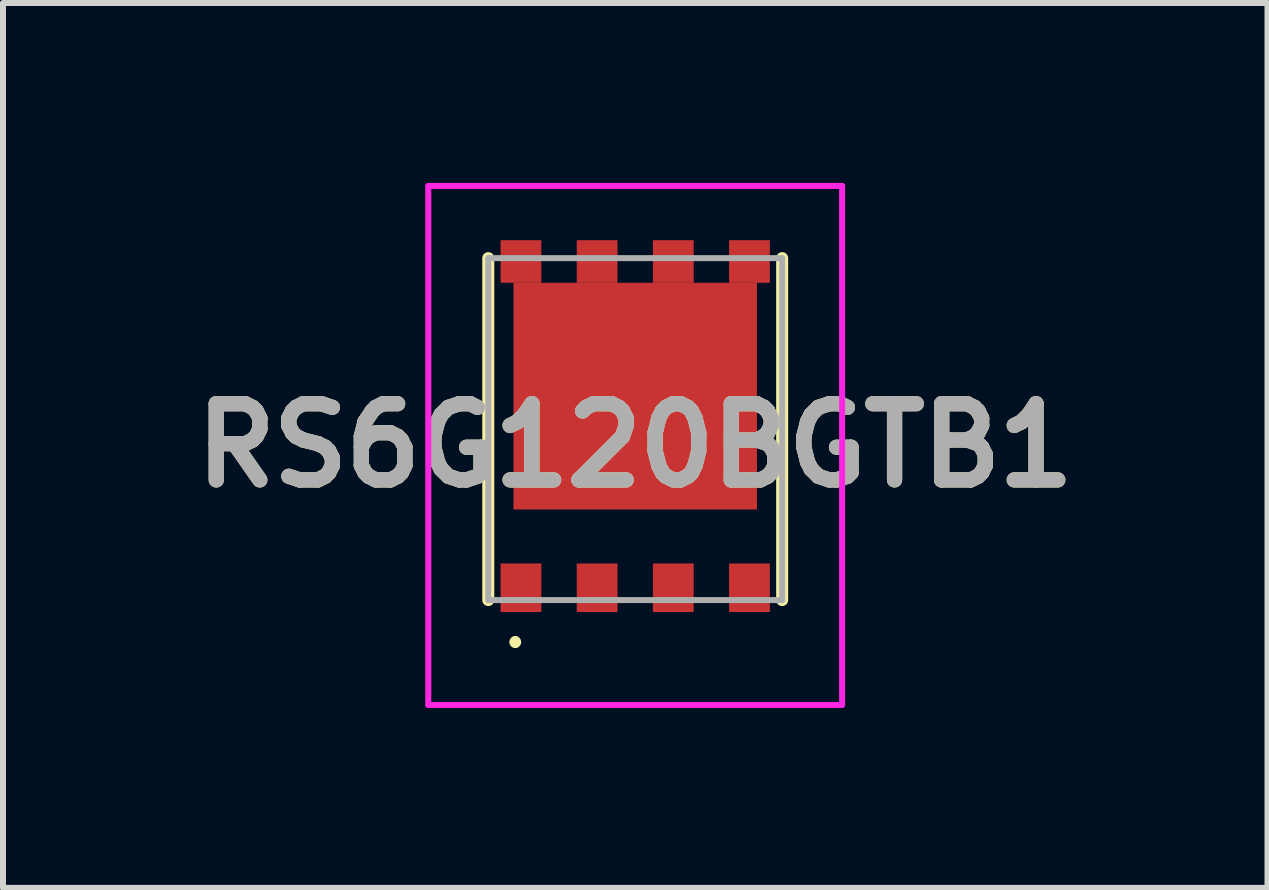
<source format=kicad_pcb>
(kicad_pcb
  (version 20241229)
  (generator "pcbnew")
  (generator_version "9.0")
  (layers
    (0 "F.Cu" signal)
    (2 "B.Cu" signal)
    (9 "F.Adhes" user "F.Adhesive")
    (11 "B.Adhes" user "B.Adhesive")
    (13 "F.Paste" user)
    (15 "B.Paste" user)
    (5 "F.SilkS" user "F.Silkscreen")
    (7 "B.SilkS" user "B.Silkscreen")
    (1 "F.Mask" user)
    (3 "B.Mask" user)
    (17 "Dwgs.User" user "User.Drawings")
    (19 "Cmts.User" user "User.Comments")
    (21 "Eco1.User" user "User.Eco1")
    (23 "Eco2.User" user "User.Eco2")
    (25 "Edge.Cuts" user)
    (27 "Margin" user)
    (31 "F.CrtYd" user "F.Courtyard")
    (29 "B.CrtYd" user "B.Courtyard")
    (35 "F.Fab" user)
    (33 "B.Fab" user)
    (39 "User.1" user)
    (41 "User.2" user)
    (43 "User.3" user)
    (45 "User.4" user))
  (footprint "RS6G120BGTB1"
    (layer "F.Cu")
    (at 7.541 4.377)
    (property "Reference" "RS6G120BGTB1" (at 0 0 0) (layer "F.SilkS") (effects (font (size 1.27 1.27) (thickness 0.254))))
    (attr smd)
    (fp_line (start -2.45 -3.123) (end -2.45 2.578) (stroke (width 0.2) (type solid)) (layer "F.SilkS"))
    (fp_line (start -2 3.228) (end -2 3.228) (stroke (width 0.1) (type solid)) (layer "F.SilkS"))
    (fp_line (start -2 3.328) (end -2 3.328) (stroke (width 0.1) (type solid)) (layer "F.SilkS"))
    (fp_line (start 2.45 -3.123) (end 2.45 2.578) (stroke (width 0.2) (type solid)) (layer "F.SilkS"))
    (fp_arc (start -2 3.228) (mid -1.95 3.278) (end -2 3.328) (stroke (width 0.1) (type solid)) (layer "F.SilkS"))
    (fp_arc (start -2 3.328) (mid -2.05 3.278) (end -2 3.228) (stroke (width 0.1) (type solid)) (layer "F.SilkS"))
    (fp_line (start -3.45 -4.327) (end 3.45 -4.327) (stroke (width 0.1) (type solid)) (layer "F.CrtYd"))
    (fp_line (start -3.45 4.327) (end -3.45 -4.327) (stroke (width 0.1) (type solid)) (layer "F.CrtYd"))
    (fp_line (start 3.45 -4.327) (end 3.45 4.327) (stroke (width 0.1) (type solid)) (layer "F.CrtYd"))
    (fp_line (start 3.45 4.327) (end -3.45 4.327) (stroke (width 0.1) (type solid)) (layer "F.CrtYd"))
    (fp_line (start -2.45 -3.123) (end 2.45 -3.123) (stroke (width 0.1) (type solid)) (layer "F.Fab"))
    (fp_line (start -2.45 2.578) (end -2.45 -3.123) (stroke (width 0.1) (type solid)) (layer "F.Fab"))
    (fp_line (start 2.45 -3.123) (end 2.45 2.578) (stroke (width 0.1) (type solid)) (layer "F.Fab"))
    (fp_line (start 2.45 2.578) (end -2.45 2.578) (stroke (width 0.1) (type solid)) (layer "F.Fab"))
    (fp_text user "${REFERENCE}" (at 0 0 0) (layer "F.Fab") (effects (font (size 1.27 1.27) (thickness 0.254))))
    (pad "1" smd rect (at -1.905 2.373) (size 0.68 0.81) (layers "F.Cu" "F.Mask" "F.Paste"))
    (pad "2" smd rect (at -0.635 2.373) (size 0.68 0.81) (layers "F.Cu" "F.Mask" "F.Paste"))
    (pad "3" smd rect (at 0.635 2.373) (size 0.68 0.81) (layers "F.Cu" "F.Mask" "F.Paste"))
    (pad "4" smd rect (at 1.905 2.373) (size 0.68 0.81) (layers "F.Cu" "F.Mask" "F.Paste"))
    (pad "5" smd rect (at 1.905 -3.067) (size 0.68 0.71) (layers "F.Cu" "F.Mask" "F.Paste"))
    (pad "6" smd rect (at 0.635 -3.067) (size 0.68 0.71) (layers "F.Cu" "F.Mask" "F.Paste"))
    (pad "7" smd rect (at -0.635 -3.067) (size 0.68 0.71) (layers "F.Cu" "F.Mask" "F.Paste"))
    (pad "8" smd rect (at -1.905 -3.067) (size 0.68 0.71) (layers "F.Cu" "F.Mask" "F.Paste"))
    (pad "9" smd rect (at 0 -0.822 90) (size 3.78 4.06) (layers "F.Cu" "F.Mask" "F.Paste")))
  (gr_rect
    (start -3 -3)
    (end 18.083 11.754)
    (stroke (width 0.1) (type default))
    (fill no)
    (layer "Edge.Cuts")))
</source>
